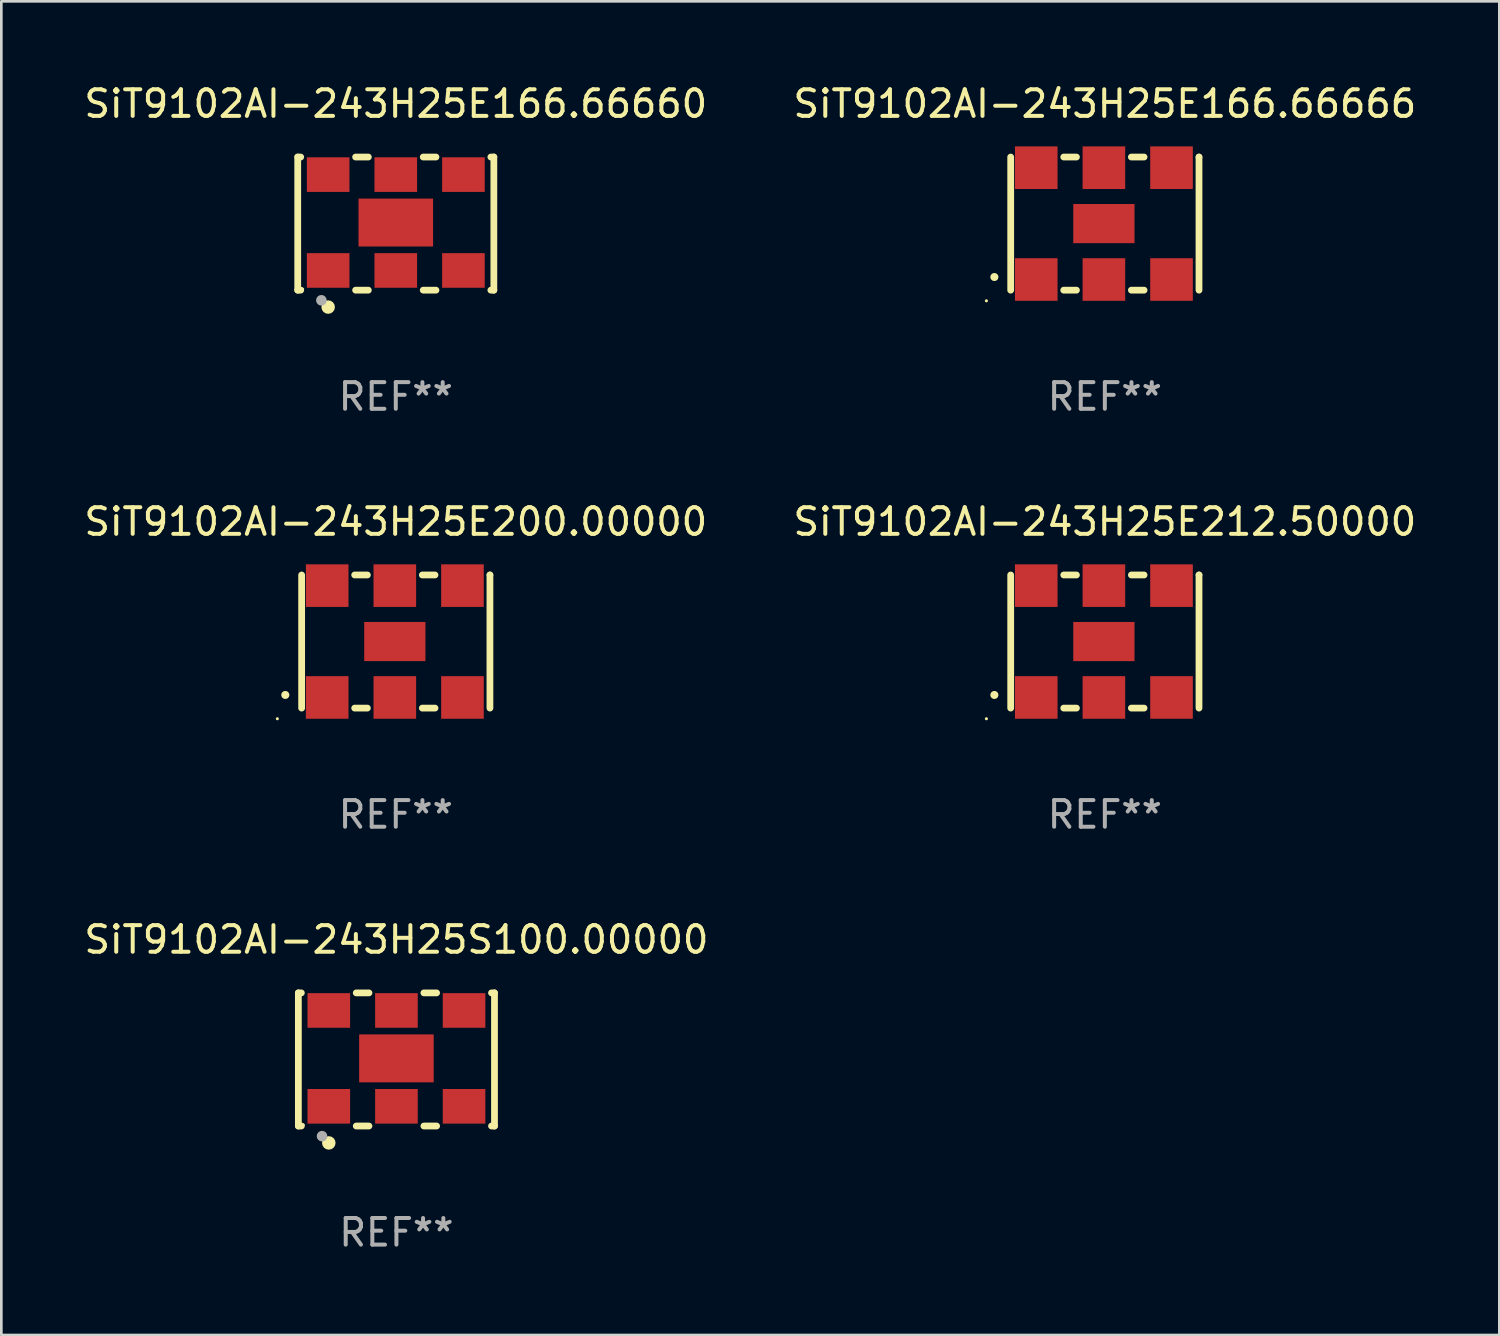
<source format=kicad_pcb>
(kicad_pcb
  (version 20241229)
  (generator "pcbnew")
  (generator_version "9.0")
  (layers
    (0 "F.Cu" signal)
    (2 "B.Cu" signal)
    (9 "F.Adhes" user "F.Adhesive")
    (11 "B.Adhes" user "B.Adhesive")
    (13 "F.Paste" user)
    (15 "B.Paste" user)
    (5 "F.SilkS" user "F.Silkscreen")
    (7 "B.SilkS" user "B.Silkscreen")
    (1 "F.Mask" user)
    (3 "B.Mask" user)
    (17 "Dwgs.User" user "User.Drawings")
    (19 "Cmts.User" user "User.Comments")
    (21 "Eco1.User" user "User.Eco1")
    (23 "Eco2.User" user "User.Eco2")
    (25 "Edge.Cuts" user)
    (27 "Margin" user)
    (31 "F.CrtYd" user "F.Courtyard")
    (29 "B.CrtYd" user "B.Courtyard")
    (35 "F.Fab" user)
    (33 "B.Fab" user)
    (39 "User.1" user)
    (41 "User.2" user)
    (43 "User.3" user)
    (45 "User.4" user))
  (footprint "SiT9102AI-243H25E166.66666"
    (layer "F.Cu")
    (at 38.446 5.348)
    (property "Reference" "SiT9102AI-243H25E166.66666" (at 0 -4.5 0) (layer "F.SilkS") (effects (font (size 1 1) (thickness 0.15))))
    (attr through_hole)
    (fp_line (start -3.536 -2.5) (end -3.536 2.5) (stroke (width 0.254) (type solid)) (layer "F.SilkS"))
    (fp_line (start -1.544 2.5) (end -1.067 2.5) (stroke (width 0.254) (type solid)) (layer "F.SilkS"))
    (fp_line (start -1.067 -2.5) (end -1.544 -2.5) (stroke (width 0.254) (type solid)) (layer "F.SilkS"))
    (fp_line (start 0.996 2.5) (end 1.473 2.5) (stroke (width 0.254) (type solid)) (layer "F.SilkS"))
    (fp_line (start 1.473 -2.5) (end 0.996 -2.5) (stroke (width 0.254) (type solid)) (layer "F.SilkS"))
    (fp_line (start 3.536 -2.5) (end 3.536 -2.5) (stroke (width 0.254) (type solid)) (layer "F.SilkS"))
    (fp_line (start 3.536 2.5) (end 3.536 -2.5) (stroke (width 0.254) (type solid)) (layer "F.SilkS"))
    (fp_arc (start -4.150432 2.006604) (mid -4.149162 2.006599) (end -4.147892 2.006604) (stroke (width 0.3) (type solid)) (layer "F.SilkS"))
    (fp_circle (center -4.449 2.9) (end -4.419 2.9) (stroke (width 0.06) (type solid)) (fill no) (layer "F.SilkS"))
    (fp_text user "REF**" (at 0 6.5 0) (layer "F.Fab") (effects (font (size 1 1) (thickness 0.15))))
    (pad "1" smd rect (at -2.576 2.1) (size 1.6 1.6) (layers "F.Cu" "F.Mask" "F.Paste"))
    (pad "2" smd rect (at -0.036 2.1) (size 1.6 1.6) (layers "F.Cu" "F.Mask" "F.Paste"))
    (pad "3" smd rect (at 2.504 2.1) (size 1.6 1.6) (layers "F.Cu" "F.Mask" "F.Paste"))
    (pad "4" smd rect (at 2.504 -2.1) (size 1.6 1.6) (layers "F.Cu" "F.Mask" "F.Paste"))
    (pad "5" smd rect (at -0.036 -2.1) (size 1.6 1.6) (layers "F.Cu" "F.Mask" "F.Paste"))
    (pad "6" smd rect (at -2.576 -2.1) (size 1.6 1.6) (layers "F.Cu" "F.Mask" "F.Paste"))
    (pad "7" smd rect (at -0.036 0) (size 2.3 1.47) (layers "F.Cu" "F.Mask" "F.Paste")))
  (footprint "SiT9102AI-243H25E166.66660"
    (layer "F.Cu")
    (at 11.815 5.348)
    (property "Reference" "SiT9102AI-243H25E166.66660" (at 0 -4.5 0) (layer "F.SilkS") (effects (font (size 1 1) (thickness 0.15))))
    (attr through_hole)
    (fp_line (start -3.683 -2.5) (end -3.571 -2.5) (stroke (width 0.254) (type solid)) (layer "F.SilkS"))
    (fp_line (start -3.683 2.5) (end -3.683 -2.5) (stroke (width 0.254) (type solid)) (layer "F.SilkS"))
    (fp_line (start -3.683 2.5) (end -3.571 2.5) (stroke (width 0.254) (type solid)) (layer "F.SilkS"))
    (fp_line (start -1.509 -2.5) (end -1.031 -2.5) (stroke (width 0.254) (type solid)) (layer "F.SilkS"))
    (fp_line (start -1.509 2.5) (end -1.031 2.5) (stroke (width 0.254) (type solid)) (layer "F.SilkS"))
    (fp_line (start 1.031 -2.5) (end 1.509 -2.5) (stroke (width 0.254) (type solid)) (layer "F.SilkS"))
    (fp_line (start 1.031 2.5) (end 1.509 2.5) (stroke (width 0.254) (type solid)) (layer "F.SilkS"))
    (fp_line (start 3.571 -2.5) (end 3.683 -2.5) (stroke (width 0.254) (type solid)) (layer "F.SilkS"))
    (fp_line (start 3.571 2.5) (end 3.683 2.5) (stroke (width 0.254) (type solid)) (layer "F.SilkS"))
    (fp_line (start 3.683 2.5) (end 3.683 -2.5) (stroke (width 0.254) (type solid)) (layer "F.SilkS"))
    (fp_circle (center -3.5 2.46) (end -3.47 2.46) (stroke (width 0.06) (type solid)) (fill no) (layer "F.SilkS"))
    (fp_circle (center -2.54 3.135) (end -2.413 3.135) (stroke (width 0.254) (type solid)) (fill no) (layer "F.SilkS"))
    (fp_circle (center -2.794 2.881) (end -2.694 2.881) (stroke (width 0.2) (type solid)) (fill no) (layer "F.Fab"))
    (fp_text user "REF**" (at 0 6.5 0) (layer "F.Fab") (effects (font (size 1 1) (thickness 0.15))))
    (pad "1" smd rect (at -2.54 1.76) (size 1.6 1.3) (layers "F.Cu" "F.Mask" "F.Paste"))
    (pad "2" smd rect (at 0 1.76) (size 1.6 1.3) (layers "F.Cu" "F.Mask" "F.Paste"))
    (pad "3" smd rect (at 2.54 1.76) (size 1.6 1.3) (layers "F.Cu" "F.Mask" "F.Paste"))
    (pad "4" smd rect (at 2.54 -1.84) (size 1.6 1.3) (layers "F.Cu" "F.Mask" "F.Paste"))
    (pad "5" smd rect (at 0 -1.84) (size 1.6 1.3) (layers "F.Cu" "F.Mask" "F.Paste"))
    (pad "6" smd rect (at -2.54 -1.84) (size 1.6 1.3) (layers "F.Cu" "F.Mask" "F.Paste"))
    (pad "7" smd rect (at 0 -0.04) (size 2.8 1.8) (layers "F.Cu" "F.Mask" "F.Paste")))
  (footprint "SiT9102AI-243H25S100.00000"
    (layer "F.Cu")
    (at 11.839 36.741)
    (property "Reference" "SiT9102AI-243H25S100.00000" (at 0 -4.5 0) (layer "F.SilkS") (effects (font (size 1 1) (thickness 0.15))))
    (attr through_hole)
    (fp_line (start -3.683 -2.5) (end -3.571 -2.5) (stroke (width 0.254) (type solid)) (layer "F.SilkS"))
    (fp_line (start -3.683 2.5) (end -3.683 -2.5) (stroke (width 0.254) (type solid)) (layer "F.SilkS"))
    (fp_line (start -3.683 2.5) (end -3.571 2.5) (stroke (width 0.254) (type solid)) (layer "F.SilkS"))
    (fp_line (start -1.509 -2.5) (end -1.031 -2.5) (stroke (width 0.254) (type solid)) (layer "F.SilkS"))
    (fp_line (start -1.509 2.5) (end -1.031 2.5) (stroke (width 0.254) (type solid)) (layer "F.SilkS"))
    (fp_line (start 1.031 -2.5) (end 1.509 -2.5) (stroke (width 0.254) (type solid)) (layer "F.SilkS"))
    (fp_line (start 1.031 2.5) (end 1.509 2.5) (stroke (width 0.254) (type solid)) (layer "F.SilkS"))
    (fp_line (start 3.571 -2.5) (end 3.683 -2.5) (stroke (width 0.254) (type solid)) (layer "F.SilkS"))
    (fp_line (start 3.571 2.5) (end 3.683 2.5) (stroke (width 0.254) (type solid)) (layer "F.SilkS"))
    (fp_line (start 3.683 2.5) (end 3.683 -2.5) (stroke (width 0.254) (type solid)) (layer "F.SilkS"))
    (fp_circle (center -3.5 2.46) (end -3.47 2.46) (stroke (width 0.06) (type solid)) (fill no) (layer "F.SilkS"))
    (fp_circle (center -2.54 3.135) (end -2.413 3.135) (stroke (width 0.254) (type solid)) (fill no) (layer "F.SilkS"))
    (fp_circle (center -2.794 2.881) (end -2.694 2.881) (stroke (width 0.2) (type solid)) (fill no) (layer "F.Fab"))
    (fp_text user "REF**" (at 0 6.5 0) (layer "F.Fab") (effects (font (size 1 1) (thickness 0.15))))
    (pad "1" smd rect (at -2.54 1.76) (size 1.6 1.3) (layers "F.Cu" "F.Mask" "F.Paste"))
    (pad "2" smd rect (at 0 1.76) (size 1.6 1.3) (layers "F.Cu" "F.Mask" "F.Paste"))
    (pad "3" smd rect (at 2.54 1.76) (size 1.6 1.3) (layers "F.Cu" "F.Mask" "F.Paste"))
    (pad "4" smd rect (at 2.54 -1.84) (size 1.6 1.3) (layers "F.Cu" "F.Mask" "F.Paste"))
    (pad "5" smd rect (at 0 -1.84) (size 1.6 1.3) (layers "F.Cu" "F.Mask" "F.Paste"))
    (pad "6" smd rect (at -2.54 -1.84) (size 1.6 1.3) (layers "F.Cu" "F.Mask" "F.Paste"))
    (pad "7" smd rect (at 0 -0.04) (size 2.8 1.8) (layers "F.Cu" "F.Mask" "F.Paste")))
  (footprint "SiT9102AI-243H25E212.50000"
    (layer "F.Cu")
    (at 38.446 21.045)
    (property "Reference" "SiT9102AI-243H25E212.50000" (at 0 -4.5 0) (layer "F.SilkS") (effects (font (size 1 1) (thickness 0.15))))
    (attr through_hole)
    (fp_line (start -3.536 -2.5) (end -3.536 2.5) (stroke (width 0.254) (type solid)) (layer "F.SilkS"))
    (fp_line (start -1.544 2.5) (end -1.067 2.5) (stroke (width 0.254) (type solid)) (layer "F.SilkS"))
    (fp_line (start -1.067 -2.5) (end -1.544 -2.5) (stroke (width 0.254) (type solid)) (layer "F.SilkS"))
    (fp_line (start 0.996 2.5) (end 1.473 2.5) (stroke (width 0.254) (type solid)) (layer "F.SilkS"))
    (fp_line (start 1.473 -2.5) (end 0.996 -2.5) (stroke (width 0.254) (type solid)) (layer "F.SilkS"))
    (fp_line (start 3.536 -2.5) (end 3.536 -2.5) (stroke (width 0.254) (type solid)) (layer "F.SilkS"))
    (fp_line (start 3.536 2.5) (end 3.536 -2.5) (stroke (width 0.254) (type solid)) (layer "F.SilkS"))
    (fp_arc (start -4.150432 2.006604) (mid -4.149162 2.006599) (end -4.147892 2.006604) (stroke (width 0.3) (type solid)) (layer "F.SilkS"))
    (fp_circle (center -4.449 2.9) (end -4.419 2.9) (stroke (width 0.06) (type solid)) (fill no) (layer "F.SilkS"))
    (fp_text user "REF**" (at 0 6.5 0) (layer "F.Fab") (effects (font (size 1 1) (thickness 0.15))))
    (pad "1" smd rect (at -2.576 2.1) (size 1.6 1.6) (layers "F.Cu" "F.Mask" "F.Paste"))
    (pad "2" smd rect (at -0.036 2.1) (size 1.6 1.6) (layers "F.Cu" "F.Mask" "F.Paste"))
    (pad "3" smd rect (at 2.504 2.1) (size 1.6 1.6) (layers "F.Cu" "F.Mask" "F.Paste"))
    (pad "4" smd rect (at 2.504 -2.1) (size 1.6 1.6) (layers "F.Cu" "F.Mask" "F.Paste"))
    (pad "5" smd rect (at -0.036 -2.1) (size 1.6 1.6) (layers "F.Cu" "F.Mask" "F.Paste"))
    (pad "6" smd rect (at -2.576 -2.1) (size 1.6 1.6) (layers "F.Cu" "F.Mask" "F.Paste"))
    (pad "7" smd rect (at -0.036 0) (size 2.3 1.47) (layers "F.Cu" "F.Mask" "F.Paste")))
  (footprint "SiT9102AI-243H25E200.00000"
    (layer "F.Cu")
    (at 11.815 21.045)
    (property "Reference" "SiT9102AI-243H25E200.00000" (at 0 -4.5 0) (layer "F.SilkS") (effects (font (size 1 1) (thickness 0.15))))
    (attr through_hole)
    (fp_line (start -3.536 -2.5) (end -3.536 2.5) (stroke (width 0.254) (type solid)) (layer "F.SilkS"))
    (fp_line (start -1.544 2.5) (end -1.067 2.5) (stroke (width 0.254) (type solid)) (layer "F.SilkS"))
    (fp_line (start -1.067 -2.5) (end -1.544 -2.5) (stroke (width 0.254) (type solid)) (layer "F.SilkS"))
    (fp_line (start 0.996 2.5) (end 1.473 2.5) (stroke (width 0.254) (type solid)) (layer "F.SilkS"))
    (fp_line (start 1.473 -2.5) (end 0.996 -2.5) (stroke (width 0.254) (type solid)) (layer "F.SilkS"))
    (fp_line (start 3.536 -2.5) (end 3.536 -2.5) (stroke (width 0.254) (type solid)) (layer "F.SilkS"))
    (fp_line (start 3.536 2.5) (end 3.536 -2.5) (stroke (width 0.254) (type solid)) (layer "F.SilkS"))
    (fp_arc (start -4.150432 2.006604) (mid -4.149162 2.006599) (end -4.147892 2.006604) (stroke (width 0.3) (type solid)) (layer "F.SilkS"))
    (fp_circle (center -4.449 2.9) (end -4.419 2.9) (stroke (width 0.06) (type solid)) (fill no) (layer "F.SilkS"))
    (fp_text user "REF**" (at 0 6.5 0) (layer "F.Fab") (effects (font (size 1 1) (thickness 0.15))))
    (pad "1" smd rect (at -2.576 2.1) (size 1.6 1.6) (layers "F.Cu" "F.Mask" "F.Paste"))
    (pad "2" smd rect (at -0.036 2.1) (size 1.6 1.6) (layers "F.Cu" "F.Mask" "F.Paste"))
    (pad "3" smd rect (at 2.504 2.1) (size 1.6 1.6) (layers "F.Cu" "F.Mask" "F.Paste"))
    (pad "4" smd rect (at 2.504 -2.1) (size 1.6 1.6) (layers "F.Cu" "F.Mask" "F.Paste"))
    (pad "5" smd rect (at -0.036 -2.1) (size 1.6 1.6) (layers "F.Cu" "F.Mask" "F.Paste"))
    (pad "6" smd rect (at -2.576 -2.1) (size 1.6 1.6) (layers "F.Cu" "F.Mask" "F.Paste"))
    (pad "7" smd rect (at -0.036 0) (size 2.3 1.47) (layers "F.Cu" "F.Mask" "F.Paste")))
  (gr_rect
    (start -3 -3)
    (end 53.262 47.09)
    (stroke (width 0.1) (type default))
    (fill no)
    (layer "Edge.Cuts")))
</source>
